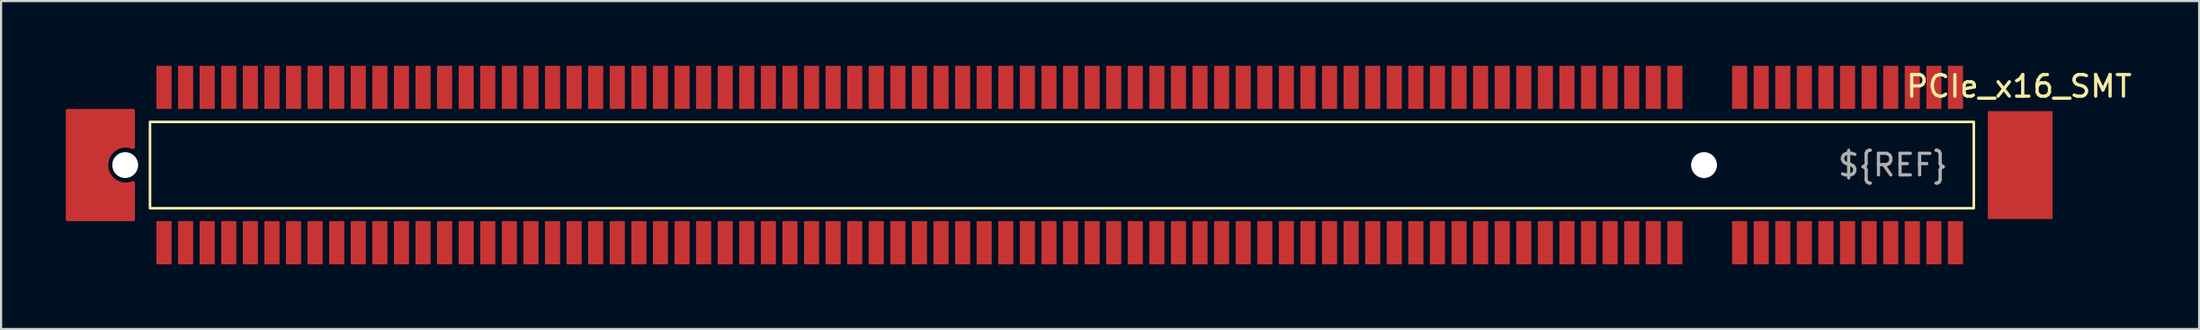
<source format=kicad_pcb>
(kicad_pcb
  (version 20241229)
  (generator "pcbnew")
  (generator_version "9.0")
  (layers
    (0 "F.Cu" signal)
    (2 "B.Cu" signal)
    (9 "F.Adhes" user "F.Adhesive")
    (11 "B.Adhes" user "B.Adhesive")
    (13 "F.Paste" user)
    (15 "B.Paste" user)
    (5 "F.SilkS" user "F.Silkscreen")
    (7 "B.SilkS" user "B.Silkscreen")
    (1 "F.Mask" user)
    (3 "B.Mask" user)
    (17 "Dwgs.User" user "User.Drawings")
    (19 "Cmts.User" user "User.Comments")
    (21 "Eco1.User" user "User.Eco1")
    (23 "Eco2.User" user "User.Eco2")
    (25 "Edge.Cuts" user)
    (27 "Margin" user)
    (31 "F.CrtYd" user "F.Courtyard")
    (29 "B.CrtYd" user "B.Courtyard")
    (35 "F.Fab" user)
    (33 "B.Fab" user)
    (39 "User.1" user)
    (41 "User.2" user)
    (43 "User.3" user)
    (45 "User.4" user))
  (footprint "PCIe_x16_SMT"
    (layer "F.Cu")
    (at 75.9 4.6)
    (property "Reference" "PCIe_x16_SMT" (at 14.6 -3.65 0) (unlocked yes) (layer "F.SilkS") (effects (font (size 1 1) (thickness 0.15))))
    (fp_line (start -75.8 -2.5) (end -72.8 -2.5) (stroke (width 0.2) (type solid)) (layer "F.Cu"))
    (fp_line (start -75.8 2.5) (end -75.8 -2.5) (stroke (width 0.2) (type solid)) (layer "F.Cu"))
    (fp_line (start -72.8 -2.5) (end -72.8 -0.85) (stroke (width 0.2) (type solid)) (layer "F.Cu"))
    (fp_line (start -72.8 0.85) (end -72.8 2.5) (stroke (width 0.2) (type solid)) (layer "F.Cu"))
    (fp_line (start -72.8 2.5) (end -75.8 2.5) (stroke (width 0.2) (type solid)) (layer "F.Cu"))
    (fp_arc (start -72.800001 0.849997) (mid -74.034446 -0.000001) (end -72.8 -0.849999) (stroke (width 0.2) (type solid)) (layer "F.Cu"))
    (fp_poly (pts (xy -72.8 -0.85) (xy -73.25 -0.95) (xy -73.898 -0.61) (xy -74.072 0.258) (xy -73.573 0.918) (xy -72.799 0.9) (xy -72.8 2.45) (xy -75.8 2.5) (xy -75.75 -2.5) (xy -72.75 -2.5)) (stroke (width 0.1) (type solid)) (fill yes) (layer "F.Cu"))
    (fp_line (start -75.8 -2.5) (end -72.8 -2.5) (stroke (width 0.2) (type solid)) (layer "F.Mask"))
    (fp_line (start -75.8 2.5) (end -75.8 -2.5) (stroke (width 0.2) (type solid)) (layer "F.Mask"))
    (fp_line (start -72.8 -2.5) (end -72.8 -0.85) (stroke (width 0.2) (type solid)) (layer "F.Mask"))
    (fp_line (start -72.8 0.85) (end -72.8 2.5) (stroke (width 0.2) (type solid)) (layer "F.Mask"))
    (fp_line (start -72.8 2.5) (end -75.8 2.5) (stroke (width 0.2) (type solid)) (layer "F.Mask"))
    (fp_arc (start -72.799999 0.849995) (mid -74.034444 -0.000002) (end -72.8 -0.849999) (stroke (width 0.2) (type solid)) (layer "F.Mask"))
    (fp_poly (pts (xy -72.877 -0.868) (xy -73.327 -0.968) (xy -73.975 -0.628) (xy -74.149 0.24) (xy -73.65 0.9) (xy -72.876 0.882) (xy -72.877 2.432) (xy -75.8 2.48) (xy -75.827 -2.518) (xy -72.827 -2.518)) (stroke (width 0.1) (type solid)) (fill yes) (layer "F.Mask"))
    (fp_rect (start -72 -2) (end 12.5 2) (stroke (width 0.12) (type solid)) (fill no) (layer "F.SilkS"))
    (fp_line (start -75.8 -2.5) (end -72.8 -2.5) (stroke (width 0.2) (type solid)) (layer "F.Paste"))
    (fp_line (start -75.8 2.5) (end -75.8 -2.5) (stroke (width 0.2) (type solid)) (layer "F.Paste"))
    (fp_line (start -72.8 -2.5) (end -72.8 -0.85) (stroke (width 0.2) (type solid)) (layer "F.Paste"))
    (fp_line (start -72.8 0.85) (end -72.8 2.5) (stroke (width 0.2) (type solid)) (layer "F.Paste"))
    (fp_line (start -72.8 2.5) (end -75.8 2.5) (stroke (width 0.2) (type solid)) (layer "F.Paste"))
    (fp_arc (start -72.799999 0.849995) (mid -74.034444 -0.000002) (end -72.8 -0.849999) (stroke (width 0.2) (type solid)) (layer "F.Paste"))
    (fp_poly (pts (xy -72.828 -0.858) (xy -73.278 -0.958) (xy -73.926 -0.618) (xy -74.1 0.25) (xy -73.601 0.91) (xy -72.827 0.892) (xy -72.828 2.442) (xy -75.828 2.492) (xy -75.778 -2.508) (xy -72.778 -2.508)) (stroke (width 0.1) (type solid)) (fill yes) (layer "F.Paste"))
    (fp_text user "${REF}" (at 8.75 0 0) (unlocked yes) (layer "F.Fab") (effects (font (size 1 1) (thickness 0.15))))
    (pad "" np_thru_hole circle (at -73.15 0) (size 1.2 1.2) (drill 1.2) (layers "*.Cu" "*.Mask"))
    (pad "" np_thru_hole circle (at 0 0) (size 1.2 1.2) (drill 1.2) (layers "*.Cu" "*.Mask"))
    (pad "" smd rect (at 14.65 0) (size 3 5) (layers "F.Cu" "F.Mask" "F.Paste"))
    (pad "A1" smd rect (at 11.65 3.6) (size 0.7 2) (layers "F.Cu" "F.Mask" "F.Paste"))
    (pad "A2" smd rect (at 10.65 3.6) (size 0.7 2) (layers "F.Cu" "F.Mask" "F.Paste"))
    (pad "A3" smd rect (at 9.65 3.6) (size 0.7 2) (layers "F.Cu" "F.Mask" "F.Paste"))
    (pad "A4" smd rect (at 8.65 3.6) (size 0.7 2) (layers "F.Cu" "F.Mask" "F.Paste"))
    (pad "A5" smd rect (at 7.65 3.6) (size 0.7 2) (layers "F.Cu" "F.Mask" "F.Paste"))
    (pad "A6" smd rect (at 6.65 3.6) (size 0.7 2) (layers "F.Cu" "F.Mask" "F.Paste"))
    (pad "A7" smd rect (at 5.65 3.6) (size 0.7 2) (layers "F.Cu" "F.Mask" "F.Paste"))
    (pad "A8" smd rect (at 4.65 3.6) (size 0.7 2) (layers "F.Cu" "F.Mask" "F.Paste"))
    (pad "A9" smd rect (at 3.65 3.6) (size 0.7 2) (layers "F.Cu" "F.Mask" "F.Paste"))
    (pad "A10" smd rect (at 2.65 3.6) (size 0.7 2) (layers "F.Cu" "F.Mask" "F.Paste"))
    (pad "A11" smd rect (at 1.65 3.6) (size 0.7 2) (layers "F.Cu" "F.Mask" "F.Paste"))
    (pad "A12" smd rect (at -1.35 3.6) (size 0.7 2) (layers "F.Cu" "F.Mask" "F.Paste"))
    (pad "A13" smd rect (at -2.35 3.6) (size 0.7 2) (layers "F.Cu" "F.Mask" "F.Paste"))
    (pad "A14" smd rect (at -3.35 3.6) (size 0.7 2) (layers "F.Cu" "F.Mask" "F.Paste"))
    (pad "A15" smd rect (at -4.35 3.6) (size 0.7 2) (layers "F.Cu" "F.Mask" "F.Paste"))
    (pad "A16" smd rect (at -5.35 3.6) (size 0.7 2) (layers "F.Cu" "F.Mask" "F.Paste"))
    (pad "A17" smd rect (at -6.35 3.6) (size 0.7 2) (layers "F.Cu" "F.Mask" "F.Paste"))
    (pad "A18" smd rect (at -7.35 3.6) (size 0.7 2) (layers "F.Cu" "F.Mask" "F.Paste"))
    (pad "A19" smd rect (at -8.35 3.6) (size 0.7 2) (layers "F.Cu" "F.Mask" "F.Paste"))
    (pad "A20" smd rect (at -9.35 3.6) (size 0.7 2) (layers "F.Cu" "F.Mask" "F.Paste"))
    (pad "A21" smd rect (at -10.35 3.6) (size 0.7 2) (layers "F.Cu" "F.Mask" "F.Paste"))
    (pad "A22" smd rect (at -11.35 3.6) (size 0.7 2) (layers "F.Cu" "F.Mask" "F.Paste"))
    (pad "A23" smd rect (at -12.35 3.6) (size 0.7 2) (layers "F.Cu" "F.Mask" "F.Paste"))
    (pad "A24" smd rect (at -13.35 3.6) (size 0.7 2) (layers "F.Cu" "F.Mask" "F.Paste"))
    (pad "A25" smd rect (at -14.35 3.6) (size 0.7 2) (layers "F.Cu" "F.Mask" "F.Paste"))
    (pad "A26" smd rect (at -15.35 3.6) (size 0.7 2) (layers "F.Cu" "F.Mask" "F.Paste"))
    (pad "A27" smd rect (at -16.35 3.6) (size 0.7 2) (layers "F.Cu" "F.Mask" "F.Paste"))
    (pad "A28" smd rect (at -17.35 3.6) (size 0.7 2) (layers "F.Cu" "F.Mask" "F.Paste"))
    (pad "A29" smd rect (at -18.35 3.6) (size 0.7 2) (layers "F.Cu" "F.Mask" "F.Paste"))
    (pad "A30" smd rect (at -19.35 3.6) (size 0.7 2) (layers "F.Cu" "F.Mask" "F.Paste"))
    (pad "A31" smd rect (at -20.35 3.6) (size 0.7 2) (layers "F.Cu" "F.Mask" "F.Paste"))
    (pad "A32" smd rect (at -21.35 3.6) (size 0.7 2) (layers "F.Cu" "F.Mask" "F.Paste"))
    (pad "A33" smd rect (at -22.35 3.6) (size 0.7 2) (layers "F.Cu" "F.Mask" "F.Paste"))
    (pad "A34" smd rect (at -23.35 3.6) (size 0.7 2) (layers "F.Cu" "F.Mask" "F.Paste"))
    (pad "A35" smd rect (at -24.35 3.6) (size 0.7 2) (layers "F.Cu" "F.Mask" "F.Paste"))
    (pad "A36" smd rect (at -25.35 3.6) (size 0.7 2) (layers "F.Cu" "F.Mask" "F.Paste"))
    (pad "A37" smd rect (at -26.35 3.6) (size 0.7 2) (layers "F.Cu" "F.Mask" "F.Paste"))
    (pad "A38" smd rect (at -27.35 3.6) (size 0.7 2) (layers "F.Cu" "F.Mask" "F.Paste"))
    (pad "A39" smd rect (at -28.35 3.6) (size 0.7 2) (layers "F.Cu" "F.Mask" "F.Paste"))
    (pad "A40" smd rect (at -29.35 3.6) (size 0.7 2) (layers "F.Cu" "F.Mask" "F.Paste"))
    (pad "A41" smd rect (at -30.35 3.6) (size 0.7 2) (layers "F.Cu" "F.Mask" "F.Paste"))
    (pad "A42" smd rect (at -31.35 3.6) (size 0.7 2) (layers "F.Cu" "F.Mask" "F.Paste"))
    (pad "A43" smd rect (at -32.35 3.6) (size 0.7 2) (layers "F.Cu" "F.Mask" "F.Paste"))
    (pad "A44" smd rect (at -33.35 3.6) (size 0.7 2) (layers "F.Cu" "F.Mask" "F.Paste"))
    (pad "A45" smd rect (at -34.35 3.6) (size 0.7 2) (layers "F.Cu" "F.Mask" "F.Paste"))
    (pad "A46" smd rect (at -35.35 3.6) (size 0.7 2) (layers "F.Cu" "F.Mask" "F.Paste"))
    (pad "A47" smd rect (at -36.35 3.6) (size 0.7 2) (layers "F.Cu" "F.Mask" "F.Paste"))
    (pad "A48" smd rect (at -37.35 3.6) (size 0.7 2) (layers "F.Cu" "F.Mask" "F.Paste"))
    (pad "A49" smd rect (at -38.35 3.6) (size 0.7 2) (layers "F.Cu" "F.Mask" "F.Paste"))
    (pad "A50" smd rect (at -39.35 3.6) (size 0.7 2) (layers "F.Cu" "F.Mask" "F.Paste"))
    (pad "A51" smd rect (at -40.35 3.6) (size 0.7 2) (layers "F.Cu" "F.Mask" "F.Paste"))
    (pad "A52" smd rect (at -41.35 3.6) (size 0.7 2) (layers "F.Cu" "F.Mask" "F.Paste"))
    (pad "A53" smd rect (at -42.35 3.6) (size 0.7 2) (layers "F.Cu" "F.Mask" "F.Paste"))
    (pad "A54" smd rect (at -43.35 3.6) (size 0.7 2) (layers "F.Cu" "F.Mask" "F.Paste"))
    (pad "A55" smd rect (at -44.35 3.6) (size 0.7 2) (layers "F.Cu" "F.Mask" "F.Paste"))
    (pad "A56" smd rect (at -45.35 3.6) (size 0.7 2) (layers "F.Cu" "F.Mask" "F.Paste"))
    (pad "A57" smd rect (at -46.35 3.6) (size 0.7 2) (layers "F.Cu" "F.Mask" "F.Paste"))
    (pad "A58" smd rect (at -47.35 3.6) (size 0.7 2) (layers "F.Cu" "F.Mask" "F.Paste"))
    (pad "A59" smd rect (at -48.35 3.6) (size 0.7 2) (layers "F.Cu" "F.Mask" "F.Paste"))
    (pad "A60" smd rect (at -49.35 3.6) (size 0.7 2) (layers "F.Cu" "F.Mask" "F.Paste"))
    (pad "A61" smd rect (at -50.35 3.6) (size 0.7 2) (layers "F.Cu" "F.Mask" "F.Paste"))
    (pad "A62" smd rect (at -51.35 3.6) (size 0.7 2) (layers "F.Cu" "F.Mask" "F.Paste"))
    (pad "A63" smd rect (at -52.35 3.6) (size 0.7 2) (layers "F.Cu" "F.Mask" "F.Paste"))
    (pad "A64" smd rect (at -53.35 3.6) (size 0.7 2) (layers "F.Cu" "F.Mask" "F.Paste"))
    (pad "A65" smd rect (at -54.35 3.6) (size 0.7 2) (layers "F.Cu" "F.Mask" "F.Paste"))
    (pad "A66" smd rect (at -55.35 3.6) (size 0.7 2) (layers "F.Cu" "F.Mask" "F.Paste"))
    (pad "A67" smd rect (at -56.35 3.6) (size 0.7 2) (layers "F.Cu" "F.Mask" "F.Paste"))
    (pad "A68" smd rect (at -57.35 3.6) (size 0.7 2) (layers "F.Cu" "F.Mask" "F.Paste"))
    (pad "A69" smd rect (at -58.35 3.6) (size 0.7 2) (layers "F.Cu" "F.Mask" "F.Paste"))
    (pad "A70" smd rect (at -59.35 3.6) (size 0.7 2) (layers "F.Cu" "F.Mask" "F.Paste"))
    (pad "A71" smd rect (at -60.35 3.6) (size 0.7 2) (layers "F.Cu" "F.Mask" "F.Paste"))
    (pad "A72" smd rect (at -61.35 3.6) (size 0.7 2) (layers "F.Cu" "F.Mask" "F.Paste"))
    (pad "A73" smd rect (at -62.35 3.6) (size 0.7 2) (layers "F.Cu" "F.Mask" "F.Paste"))
    (pad "A74" smd rect (at -63.35 3.6) (size 0.7 2) (layers "F.Cu" "F.Mask" "F.Paste"))
    (pad "A75" smd rect (at -64.35 3.6) (size 0.7 2) (layers "F.Cu" "F.Mask" "F.Paste"))
    (pad "A76" smd rect (at -65.35 3.6) (size 0.7 2) (layers "F.Cu" "F.Mask" "F.Paste"))
    (pad "A77" smd rect (at -66.35 3.6) (size 0.7 2) (layers "F.Cu" "F.Mask" "F.Paste"))
    (pad "A78" smd rect (at -67.35 3.6) (size 0.7 2) (layers "F.Cu" "F.Mask" "F.Paste"))
    (pad "A79" smd rect (at -68.35 3.6) (size 0.7 2) (layers "F.Cu" "F.Mask" "F.Paste"))
    (pad "A80" smd rect (at -69.35 3.6) (size 0.7 2) (layers "F.Cu" "F.Mask" "F.Paste"))
    (pad "A81" smd rect (at -70.35 3.6) (size 0.7 2) (layers "F.Cu" "F.Mask" "F.Paste"))
    (pad "A82" smd rect (at -71.35 3.6) (size 0.7 2) (layers "F.Cu" "F.Mask" "F.Paste"))
    (pad "B1" smd rect (at 11.65 -3.6) (size 0.7 2) (layers "F.Cu" "F.Mask" "F.Paste"))
    (pad "B2" smd rect (at 10.65 -3.6) (size 0.7 2) (layers "F.Cu" "F.Mask" "F.Paste"))
    (pad "B3" smd rect (at 9.65 -3.6) (size 0.7 2) (layers "F.Cu" "F.Mask" "F.Paste"))
    (pad "B4" smd rect (at 8.65 -3.6) (size 0.7 2) (layers "F.Cu" "F.Mask" "F.Paste"))
    (pad "B5" smd rect (at 7.65 -3.6) (size 0.7 2) (layers "F.Cu" "F.Mask" "F.Paste"))
    (pad "B6" smd rect (at 6.65 -3.6) (size 0.7 2) (layers "F.Cu" "F.Mask" "F.Paste"))
    (pad "B7" smd rect (at 5.65 -3.6) (size 0.7 2) (layers "F.Cu" "F.Mask" "F.Paste"))
    (pad "B8" smd rect (at 4.65 -3.6) (size 0.7 2) (layers "F.Cu" "F.Mask" "F.Paste"))
    (pad "B9" smd rect (at 3.65 -3.6) (size 0.7 2) (layers "F.Cu" "F.Mask" "F.Paste"))
    (pad "B10" smd rect (at 2.65 -3.6) (size 0.7 2) (layers "F.Cu" "F.Mask" "F.Paste"))
    (pad "B11" smd rect (at 1.65 -3.6) (size 0.7 2) (layers "F.Cu" "F.Mask" "F.Paste"))
    (pad "B12" smd rect (at -1.35 -3.6) (size 0.7 2) (layers "F.Cu" "F.Mask" "F.Paste"))
    (pad "B13" smd rect (at -2.35 -3.6) (size 0.7 2) (layers "F.Cu" "F.Mask" "F.Paste"))
    (pad "B14" smd rect (at -3.35 -3.6) (size 0.7 2) (layers "F.Cu" "F.Mask" "F.Paste"))
    (pad "B15" smd rect (at -4.35 -3.6) (size 0.7 2) (layers "F.Cu" "F.Mask" "F.Paste"))
    (pad "B16" smd rect (at -5.35 -3.6) (size 0.7 2) (layers "F.Cu" "F.Mask" "F.Paste"))
    (pad "B17" smd rect (at -6.35 -3.6) (size 0.7 2) (layers "F.Cu" "F.Mask" "F.Paste"))
    (pad "B18" smd rect (at -7.35 -3.6) (size 0.7 2) (layers "F.Cu" "F.Mask" "F.Paste"))
    (pad "B19" smd rect (at -8.35 -3.6) (size 0.7 2) (layers "F.Cu" "F.Mask" "F.Paste"))
    (pad "B20" smd rect (at -9.35 -3.6) (size 0.7 2) (layers "F.Cu" "F.Mask" "F.Paste"))
    (pad "B21" smd rect (at -10.35 -3.6) (size 0.7 2) (layers "F.Cu" "F.Mask" "F.Paste"))
    (pad "B22" smd rect (at -11.35 -3.6) (size 0.7 2) (layers "F.Cu" "F.Mask" "F.Paste"))
    (pad "B23" smd rect (at -12.35 -3.6) (size 0.7 2) (layers "F.Cu" "F.Mask" "F.Paste"))
    (pad "B24" smd rect (at -13.35 -3.6) (size 0.7 2) (layers "F.Cu" "F.Mask" "F.Paste"))
    (pad "B25" smd rect (at -14.35 -3.6) (size 0.7 2) (layers "F.Cu" "F.Mask" "F.Paste"))
    (pad "B26" smd rect (at -15.35 -3.6) (size 0.7 2) (layers "F.Cu" "F.Mask" "F.Paste"))
    (pad "B27" smd rect (at -16.35 -3.6) (size 0.7 2) (layers "F.Cu" "F.Mask" "F.Paste"))
    (pad "B28" smd rect (at -17.35 -3.6) (size 0.7 2) (layers "F.Cu" "F.Mask" "F.Paste"))
    (pad "B29" smd rect (at -18.35 -3.6) (size 0.7 2) (layers "F.Cu" "F.Mask" "F.Paste"))
    (pad "B30" smd rect (at -19.35 -3.6) (size 0.7 2) (layers "F.Cu" "F.Mask" "F.Paste"))
    (pad "B31" smd rect (at -20.35 -3.6) (size 0.7 2) (layers "F.Cu" "F.Mask" "F.Paste"))
    (pad "B32" smd rect (at -21.35 -3.6) (size 0.7 2) (layers "F.Cu" "F.Mask" "F.Paste"))
    (pad "B33" smd rect (at -22.35 -3.6) (size 0.7 2) (layers "F.Cu" "F.Mask" "F.Paste"))
    (pad "B34" smd rect (at -23.35 -3.6) (size 0.7 2) (layers "F.Cu" "F.Mask" "F.Paste"))
    (pad "B35" smd rect (at -24.35 -3.6) (size 0.7 2) (layers "F.Cu" "F.Mask" "F.Paste"))
    (pad "B36" smd rect (at -25.35 -3.6) (size 0.7 2) (layers "F.Cu" "F.Mask" "F.Paste"))
    (pad "B37" smd rect (at -26.35 -3.6) (size 0.7 2) (layers "F.Cu" "F.Mask" "F.Paste"))
    (pad "B38" smd rect (at -27.35 -3.6) (size 0.7 2) (layers "F.Cu" "F.Mask" "F.Paste"))
    (pad "B39" smd rect (at -28.35 -3.6) (size 0.7 2) (layers "F.Cu" "F.Mask" "F.Paste"))
    (pad "B40" smd rect (at -29.35 -3.6) (size 0.7 2) (layers "F.Cu" "F.Mask" "F.Paste"))
    (pad "B41" smd rect (at -30.35 -3.6) (size 0.7 2) (layers "F.Cu" "F.Mask" "F.Paste"))
    (pad "B42" smd rect (at -31.35 -3.6) (size 0.7 2) (layers "F.Cu" "F.Mask" "F.Paste"))
    (pad "B43" smd rect (at -32.35 -3.6) (size 0.7 2) (layers "F.Cu" "F.Mask" "F.Paste"))
    (pad "B44" smd rect (at -33.35 -3.6) (size 0.7 2) (layers "F.Cu" "F.Mask" "F.Paste"))
    (pad "B45" smd rect (at -34.35 -3.6) (size 0.7 2) (layers "F.Cu" "F.Mask" "F.Paste"))
    (pad "B46" smd rect (at -35.35 -3.6) (size 0.7 2) (layers "F.Cu" "F.Mask" "F.Paste"))
    (pad "B47" smd rect (at -36.35 -3.6) (size 0.7 2) (layers "F.Cu" "F.Mask" "F.Paste"))
    (pad "B48" smd rect (at -37.35 -3.6) (size 0.7 2) (layers "F.Cu" "F.Mask" "F.Paste"))
    (pad "B49" smd rect (at -38.35 -3.6) (size 0.7 2) (layers "F.Cu" "F.Mask" "F.Paste"))
    (pad "B50" smd rect (at -39.35 -3.6) (size 0.7 2) (layers "F.Cu" "F.Mask" "F.Paste"))
    (pad "B51" smd rect (at -40.35 -3.6) (size 0.7 2) (layers "F.Cu" "F.Mask" "F.Paste"))
    (pad "B52" smd rect (at -41.35 -3.6) (size 0.7 2) (layers "F.Cu" "F.Mask" "F.Paste"))
    (pad "B53" smd rect (at -42.35 -3.6) (size 0.7 2) (layers "F.Cu" "F.Mask" "F.Paste"))
    (pad "B54" smd rect (at -43.35 -3.6) (size 0.7 2) (layers "F.Cu" "F.Mask" "F.Paste"))
    (pad "B55" smd rect (at -44.35 -3.6) (size 0.7 2) (layers "F.Cu" "F.Mask" "F.Paste"))
    (pad "B56" smd rect (at -45.35 -3.6) (size 0.7 2) (layers "F.Cu" "F.Mask" "F.Paste"))
    (pad "B57" smd rect (at -46.35 -3.6) (size 0.7 2) (layers "F.Cu" "F.Mask" "F.Paste"))
    (pad "B58" smd rect (at -47.35 -3.6) (size 0.7 2) (layers "F.Cu" "F.Mask" "F.Paste"))
    (pad "B59" smd rect (at -48.35 -3.6) (size 0.7 2) (layers "F.Cu" "F.Mask" "F.Paste"))
    (pad "B60" smd rect (at -49.35 -3.6) (size 0.7 2) (layers "F.Cu" "F.Mask" "F.Paste"))
    (pad "B61" smd rect (at -50.35 -3.6) (size 0.7 2) (layers "F.Cu" "F.Mask" "F.Paste"))
    (pad "B62" smd rect (at -51.35 -3.6) (size 0.7 2) (layers "F.Cu" "F.Mask" "F.Paste"))
    (pad "B63" smd rect (at -52.35 -3.6) (size 0.7 2) (layers "F.Cu" "F.Mask" "F.Paste"))
    (pad "B64" smd rect (at -53.35 -3.6) (size 0.7 2) (layers "F.Cu" "F.Mask" "F.Paste"))
    (pad "B65" smd rect (at -54.35 -3.6) (size 0.7 2) (layers "F.Cu" "F.Mask" "F.Paste"))
    (pad "B66" smd rect (at -55.35 -3.6) (size 0.7 2) (layers "F.Cu" "F.Mask" "F.Paste"))
    (pad "B67" smd rect (at -56.35 -3.6) (size 0.7 2) (layers "F.Cu" "F.Mask" "F.Paste"))
    (pad "B68" smd rect (at -57.35 -3.6) (size 0.7 2) (layers "F.Cu" "F.Mask" "F.Paste"))
    (pad "B69" smd rect (at -58.35 -3.6) (size 0.7 2) (layers "F.Cu" "F.Mask" "F.Paste"))
    (pad "B70" smd rect (at -59.35 -3.6) (size 0.7 2) (layers "F.Cu" "F.Mask" "F.Paste"))
    (pad "B71" smd rect (at -60.35 -3.6) (size 0.7 2) (layers "F.Cu" "F.Mask" "F.Paste"))
    (pad "B72" smd rect (at -61.35 -3.6) (size 0.7 2) (layers "F.Cu" "F.Mask" "F.Paste"))
    (pad "B73" smd rect (at -62.35 -3.6) (size 0.7 2) (layers "F.Cu" "F.Mask" "F.Paste"))
    (pad "B74" smd rect (at -63.35 -3.6) (size 0.7 2) (layers "F.Cu" "F.Mask" "F.Paste"))
    (pad "B75" smd rect (at -64.35 -3.6) (size 0.7 2) (layers "F.Cu" "F.Mask" "F.Paste"))
    (pad "B76" smd rect (at -65.35 -3.6) (size 0.7 2) (layers "F.Cu" "F.Mask" "F.Paste"))
    (pad "B77" smd rect (at -66.35 -3.6) (size 0.7 2) (layers "F.Cu" "F.Mask" "F.Paste"))
    (pad "B78" smd rect (at -67.35 -3.6) (size 0.7 2) (layers "F.Cu" "F.Mask" "F.Paste"))
    (pad "B79" smd rect (at -68.35 -3.6) (size 0.7 2) (layers "F.Cu" "F.Mask" "F.Paste"))
    (pad "B80" smd rect (at -69.35 -3.6) (size 0.7 2) (layers "F.Cu" "F.Mask" "F.Paste"))
    (pad "B81" smd rect (at -70.35 -3.6) (size 0.7 2) (layers "F.Cu" "F.Mask" "F.Paste"))
    (pad "B82" smd rect (at -71.35 -3.6) (size 0.7 2) (layers "F.Cu" "F.Mask" "F.Paste")))
  (gr_rect
    (start -3 -3)
    (end 98.839 12.2)
    (stroke (width 0.1) (type default))
    (fill no)
    (layer "Edge.Cuts")))
</source>
